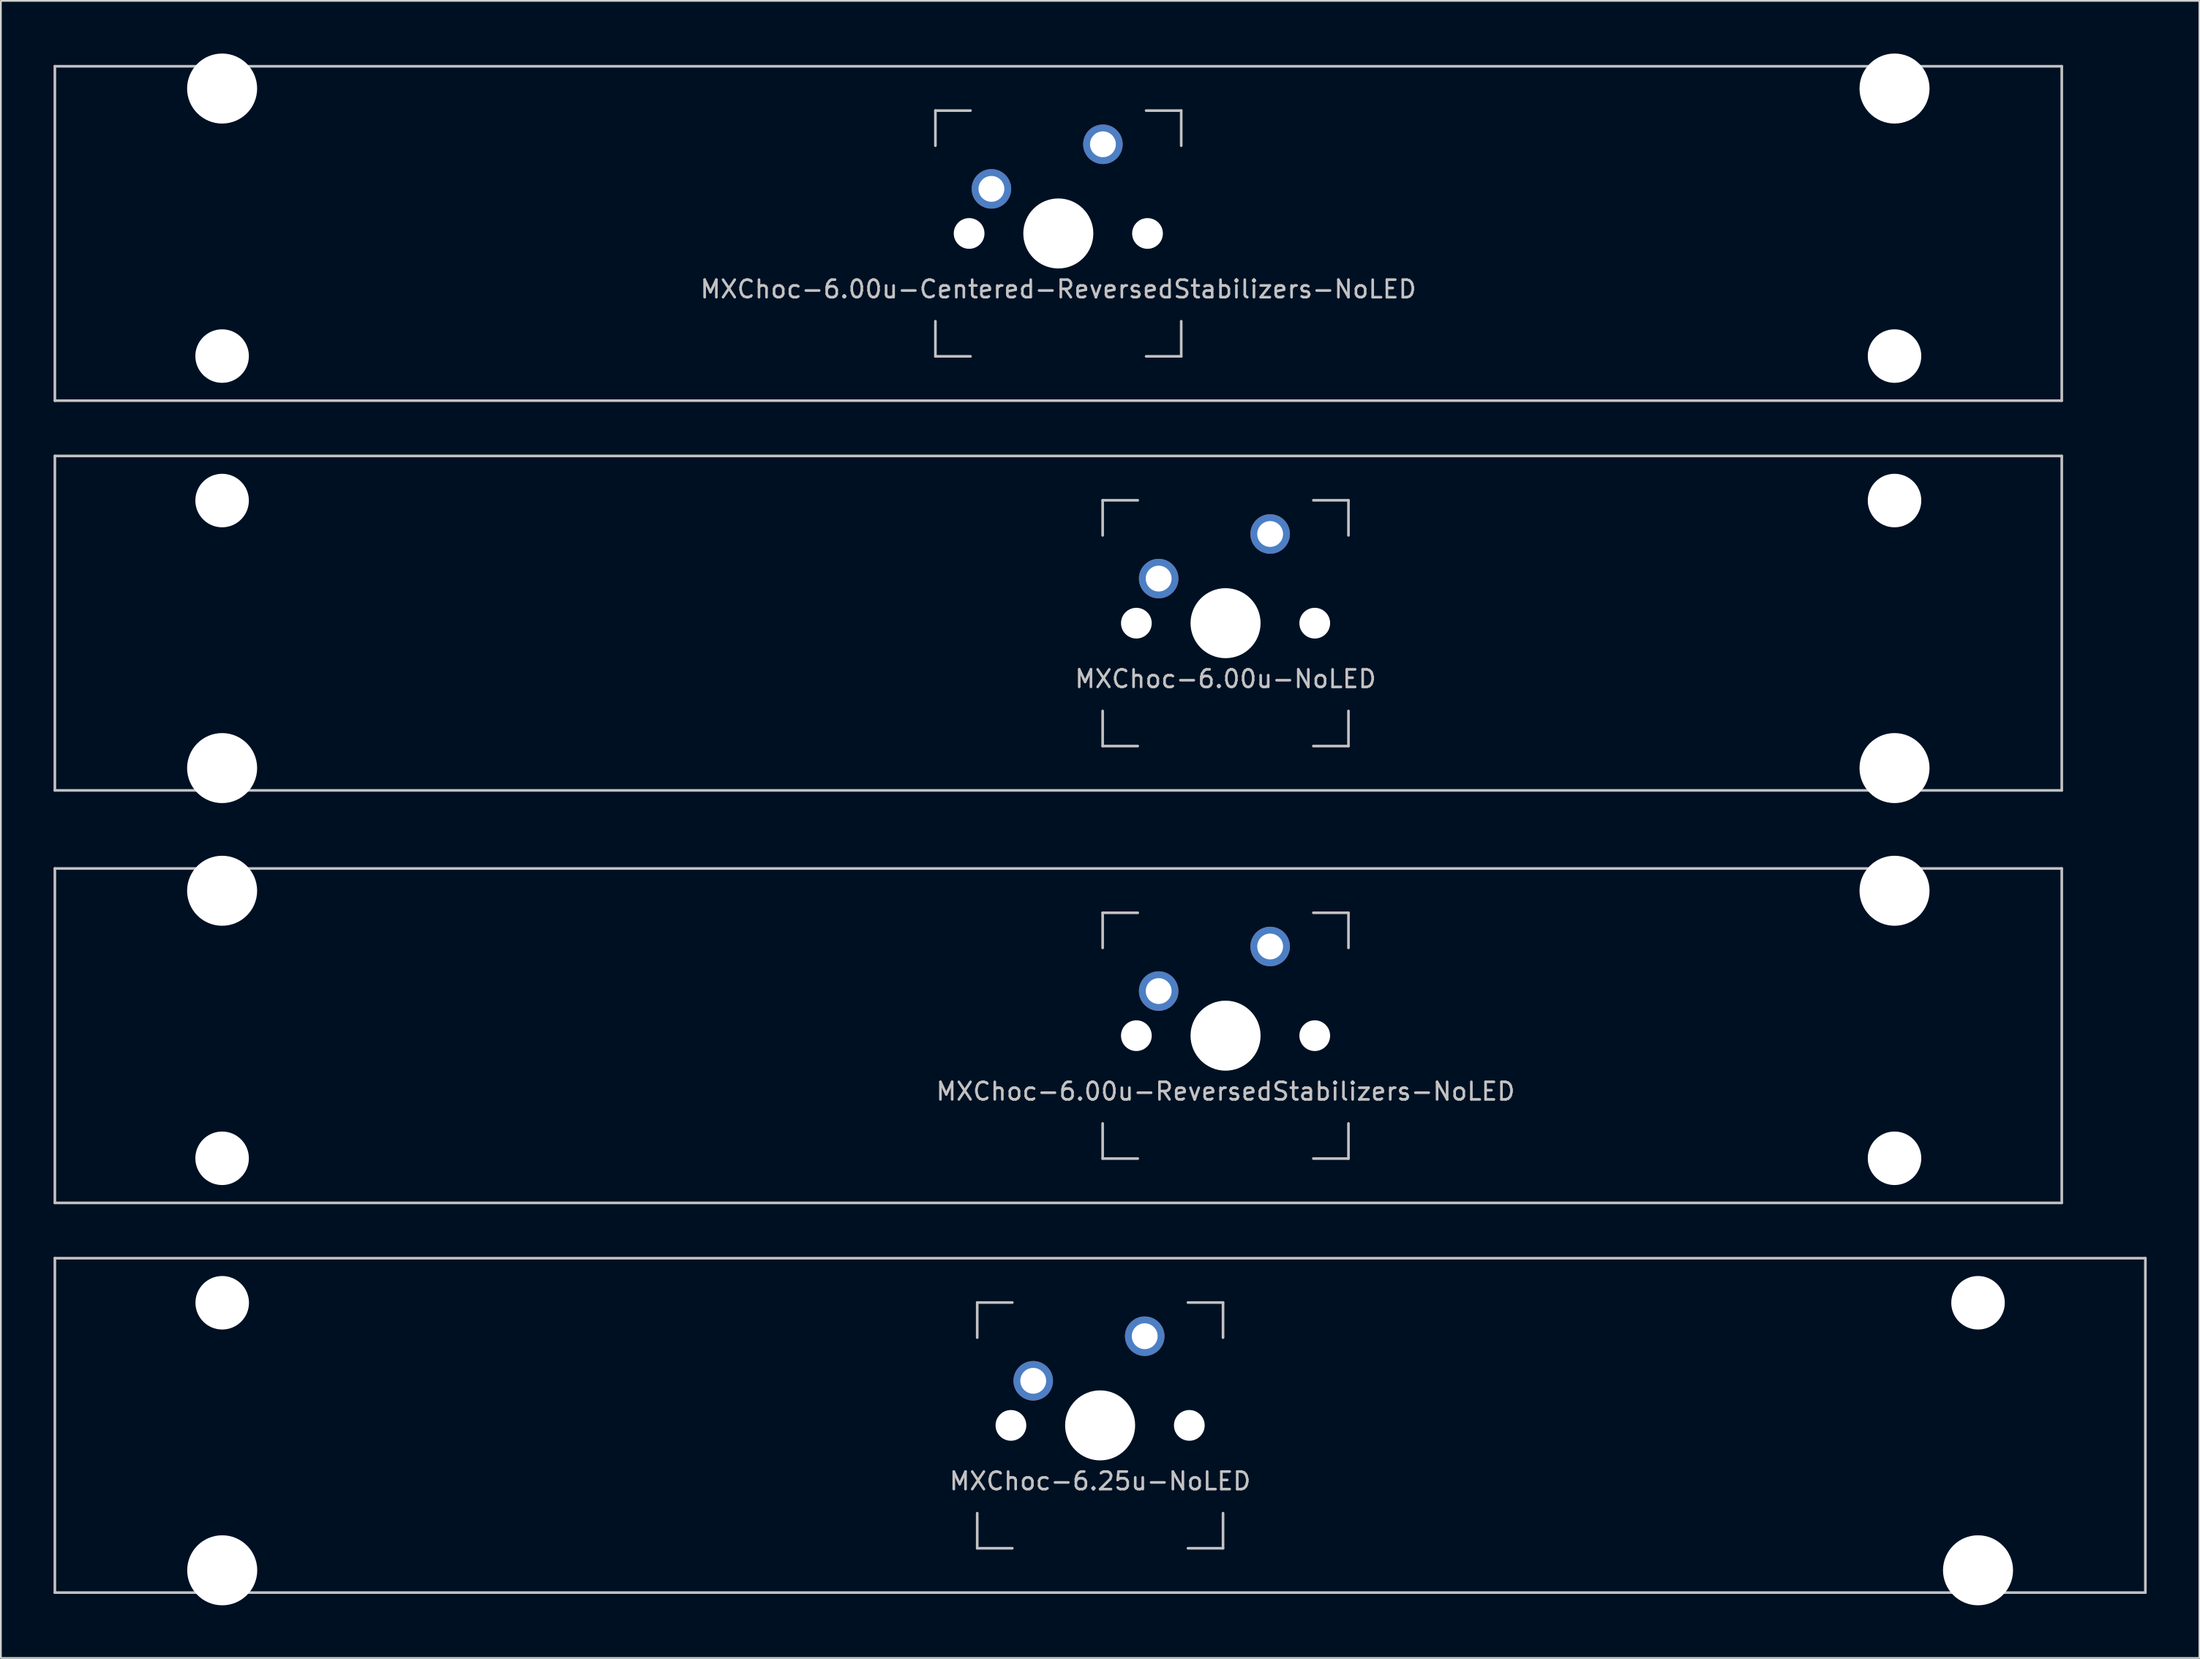
<source format=kicad_pcb>
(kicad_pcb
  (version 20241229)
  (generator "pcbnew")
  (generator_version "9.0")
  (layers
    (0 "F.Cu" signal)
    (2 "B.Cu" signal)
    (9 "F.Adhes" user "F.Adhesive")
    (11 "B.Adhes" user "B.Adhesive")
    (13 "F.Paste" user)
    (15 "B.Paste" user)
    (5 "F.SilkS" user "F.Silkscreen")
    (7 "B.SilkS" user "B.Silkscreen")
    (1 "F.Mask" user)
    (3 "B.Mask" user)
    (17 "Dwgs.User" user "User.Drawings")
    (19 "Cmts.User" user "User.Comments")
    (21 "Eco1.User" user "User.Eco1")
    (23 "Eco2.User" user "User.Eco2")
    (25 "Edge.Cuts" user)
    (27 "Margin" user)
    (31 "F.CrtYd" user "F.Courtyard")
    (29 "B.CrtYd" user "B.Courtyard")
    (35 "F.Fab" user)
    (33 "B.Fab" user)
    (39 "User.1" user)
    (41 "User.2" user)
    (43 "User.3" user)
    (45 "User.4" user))
  (footprint "MXChoc-6.00u-ReversedStabilizers-NoLED"
    (layer "F.Cu")
    (at 57.225 55.947)
    (property "Reference" "MXChoc-6.00u-ReversedStabilizers-NoLED" (at 9.525 3.175 0) (layer "Dwgs.User") (effects (font (size 1 1) (thickness 0.15))))
    (attr through_hole)
    (fp_line (start -57.15 -9.525) (end 57.15 -9.525) (stroke (width 0.15) (type solid)) (layer "Dwgs.User"))
    (fp_line (start -57.15 9.525) (end -57.15 -9.525) (stroke (width 0.15) (type solid)) (layer "Dwgs.User"))
    (fp_line (start -57.15 9.525) (end 57.15 9.525) (stroke (width 0.15) (type solid)) (layer "Dwgs.User"))
    (fp_line (start 2.525 -7) (end 2.525 -5) (stroke (width 0.15) (type solid)) (layer "Dwgs.User"))
    (fp_line (start 2.525 5) (end 2.525 7) (stroke (width 0.15) (type solid)) (layer "Dwgs.User"))
    (fp_line (start 2.525 7) (end 4.525 7) (stroke (width 0.15) (type solid)) (layer "Dwgs.User"))
    (fp_line (start 4.525 -7) (end 2.525 -7) (stroke (width 0.15) (type solid)) (layer "Dwgs.User"))
    (fp_line (start 14.525 -7) (end 16.525 -7) (stroke (width 0.15) (type solid)) (layer "Dwgs.User"))
    (fp_line (start 14.525 7) (end 16.525 7) (stroke (width 0.15) (type solid)) (layer "Dwgs.User"))
    (fp_line (start 16.525 -7) (end 16.525 -5) (stroke (width 0.15) (type solid)) (layer "Dwgs.User"))
    (fp_line (start 16.525 7) (end 16.525 5) (stroke (width 0.15) (type solid)) (layer "Dwgs.User"))
    (fp_line (start 57.15 -9.525) (end 57.15 9.525) (stroke (width 0.15) (type solid)) (layer "Dwgs.User"))
    (pad "" np_thru_hole circle (at -47.625 -8.255) (size 3.988 3.988) (drill 3.988) (layers "*.Cu" "*.Mask"))
    (pad "" np_thru_hole circle (at -47.625 6.985) (size 3.048 3.048) (drill 3.048) (layers "*.Cu" "*.Mask"))
    (pad "" np_thru_hole circle (at 4.445 0 48.1) (size 1.75 1.75) (drill 1.75) (layers "*.Cu" "*.Mask"))
    (pad "" np_thru_hole circle (at 9.525 0) (size 3.988 3.988) (drill 3.988) (layers "*.Cu" "*.Mask"))
    (pad "" np_thru_hole circle (at 14.605 0 48.1) (size 1.75 1.75) (drill 1.75) (layers "*.Cu" "*.Mask"))
    (pad "" np_thru_hole circle (at 47.625 -8.255) (size 3.988 3.988) (drill 3.988) (layers "*.Cu" "*.Mask"))
    (pad "" np_thru_hole circle (at 47.625 6.985) (size 3.048 3.048) (drill 3.048) (layers "*.Cu" "*.Mask"))
    (pad "1" thru_hole circle (at 5.715 -2.54) (size 2.25 2.25) (drill 1.47) (layers "*.Cu" "B.Mask"))
    (pad "2" thru_hole circle (at 12.065 -5.08) (size 2.25 2.25) (drill 1.47) (layers "*.Cu" "B.Mask")))
  (footprint "MXChoc-6.25u-NoLED"
    (layer "F.Cu")
    (at 59.606 78.147)
    (property "Reference" "MXChoc-6.25u-NoLED" (at 0 3.175 0) (layer "Dwgs.User") (effects (font (size 1 1) (thickness 0.15))))
    (attr through_hole)
    (fp_line (start -59.531 -9.525) (end 59.531 -9.525) (stroke (width 0.15) (type solid)) (layer "Dwgs.User"))
    (fp_line (start -59.531 9.525) (end -59.531 -9.525) (stroke (width 0.15) (type solid)) (layer "Dwgs.User"))
    (fp_line (start -59.531 9.525) (end 59.531 9.525) (stroke (width 0.15) (type solid)) (layer "Dwgs.User"))
    (fp_line (start -7 -7) (end -7 -5) (stroke (width 0.15) (type solid)) (layer "Dwgs.User"))
    (fp_line (start -7 5) (end -7 7) (stroke (width 0.15) (type solid)) (layer "Dwgs.User"))
    (fp_line (start -7 7) (end -5 7) (stroke (width 0.15) (type solid)) (layer "Dwgs.User"))
    (fp_line (start -5 -7) (end -7 -7) (stroke (width 0.15) (type solid)) (layer "Dwgs.User"))
    (fp_line (start 5 -7) (end 7 -7) (stroke (width 0.15) (type solid)) (layer "Dwgs.User"))
    (fp_line (start 5 7) (end 7 7) (stroke (width 0.15) (type solid)) (layer "Dwgs.User"))
    (fp_line (start 7 -7) (end 7 -5) (stroke (width 0.15) (type solid)) (layer "Dwgs.User"))
    (fp_line (start 7 7) (end 7 5) (stroke (width 0.15) (type solid)) (layer "Dwgs.User"))
    (fp_line (start 59.531 -9.525) (end 59.531 9.525) (stroke (width 0.15) (type solid)) (layer "Dwgs.User"))
    (pad "" np_thru_hole circle (at -50 -6.985) (size 3.048 3.048) (drill 3.048) (layers "*.Cu" "*.Mask"))
    (pad "" np_thru_hole circle (at -50 8.255) (size 3.988 3.988) (drill 3.988) (layers "*.Cu" "*.Mask"))
    (pad "" np_thru_hole circle (at -5.08 0 48.1) (size 1.75 1.75) (drill 1.75) (layers "*.Cu" "*.Mask"))
    (pad "" np_thru_hole circle (at 0 0) (size 3.988 3.988) (drill 3.988) (layers "*.Cu" "*.Mask"))
    (pad "" np_thru_hole circle (at 5.08 0 48.1) (size 1.75 1.75) (drill 1.75) (layers "*.Cu" "*.Mask"))
    (pad "" np_thru_hole circle (at 50 -6.985) (size 3.048 3.048) (drill 3.048) (layers "*.Cu" "*.Mask"))
    (pad "" np_thru_hole circle (at 50 8.255) (size 3.988 3.988) (drill 3.988) (layers "*.Cu" "*.Mask"))
    (pad "1" thru_hole circle (at -3.81 -2.54) (size 2.25 2.25) (drill 1.47) (layers "*.Cu" "B.Mask"))
    (pad "2" thru_hole circle (at 2.54 -5.08) (size 2.25 2.25) (drill 1.47) (layers "*.Cu" "B.Mask")))
  (footprint "MXChoc-6.00u-NoLED"
    (layer "F.Cu")
    (at 57.225 32.449)
    (property "Reference" "MXChoc-6.00u-NoLED" (at 9.525 3.175 0) (layer "Dwgs.User") (effects (font (size 1 1) (thickness 0.15))))
    (attr through_hole)
    (fp_line (start -57.15 -9.525) (end 57.15 -9.525) (stroke (width 0.15) (type solid)) (layer "Dwgs.User"))
    (fp_line (start -57.15 9.525) (end -57.15 -9.525) (stroke (width 0.15) (type solid)) (layer "Dwgs.User"))
    (fp_line (start -57.15 9.525) (end 57.15 9.525) (stroke (width 0.15) (type solid)) (layer "Dwgs.User"))
    (fp_line (start 2.525 -7) (end 2.525 -5) (stroke (width 0.15) (type solid)) (layer "Dwgs.User"))
    (fp_line (start 2.525 5) (end 2.525 7) (stroke (width 0.15) (type solid)) (layer "Dwgs.User"))
    (fp_line (start 2.525 7) (end 4.525 7) (stroke (width 0.15) (type solid)) (layer "Dwgs.User"))
    (fp_line (start 4.525 -7) (end 2.525 -7) (stroke (width 0.15) (type solid)) (layer "Dwgs.User"))
    (fp_line (start 14.525 -7) (end 16.525 -7) (stroke (width 0.15) (type solid)) (layer "Dwgs.User"))
    (fp_line (start 14.525 7) (end 16.525 7) (stroke (width 0.15) (type solid)) (layer "Dwgs.User"))
    (fp_line (start 16.525 -7) (end 16.525 -5) (stroke (width 0.15) (type solid)) (layer "Dwgs.User"))
    (fp_line (start 16.525 7) (end 16.525 5) (stroke (width 0.15) (type solid)) (layer "Dwgs.User"))
    (fp_line (start 57.15 -9.525) (end 57.15 9.525) (stroke (width 0.15) (type solid)) (layer "Dwgs.User"))
    (pad "" np_thru_hole circle (at -47.625 -6.985) (size 3.048 3.048) (drill 3.048) (layers "*.Cu" "*.Mask"))
    (pad "" np_thru_hole circle (at -47.625 8.255) (size 3.988 3.988) (drill 3.988) (layers "*.Cu" "*.Mask"))
    (pad "" np_thru_hole circle (at 4.445 0 48.1) (size 1.75 1.75) (drill 1.75) (layers "*.Cu" "*.Mask"))
    (pad "" np_thru_hole circle (at 9.525 0) (size 3.988 3.988) (drill 3.988) (layers "*.Cu" "*.Mask"))
    (pad "" np_thru_hole circle (at 14.605 0 48.1) (size 1.75 1.75) (drill 1.75) (layers "*.Cu" "*.Mask"))
    (pad "" np_thru_hole circle (at 47.625 -6.985) (size 3.048 3.048) (drill 3.048) (layers "*.Cu" "*.Mask"))
    (pad "" np_thru_hole circle (at 47.625 8.255) (size 3.988 3.988) (drill 3.988) (layers "*.Cu" "*.Mask"))
    (pad "1" thru_hole circle (at 5.715 -2.54) (size 2.25 2.25) (drill 1.47) (layers "*.Cu" "B.Mask"))
    (pad "2" thru_hole circle (at 12.065 -5.08) (size 2.25 2.25) (drill 1.47) (layers "*.Cu" "B.Mask")))
  (footprint "MXChoc-6.00u-Centered-ReversedStabilizers-NoLED"
    (layer "F.Cu")
    (at 57.225 10.249)
    (property "Reference" "MXChoc-6.00u-Centered-ReversedStabilizers-NoLED" (at 0 3.175 0) (layer "Dwgs.User") (effects (font (size 1 1) (thickness 0.15))))
    (attr through_hole)
    (fp_line (start -57.15 -9.525) (end 57.15 -9.525) (stroke (width 0.15) (type solid)) (layer "Dwgs.User"))
    (fp_line (start -57.15 9.525) (end -57.15 -9.525) (stroke (width 0.15) (type solid)) (layer "Dwgs.User"))
    (fp_line (start -57.15 9.525) (end 57.15 9.525) (stroke (width 0.15) (type solid)) (layer "Dwgs.User"))
    (fp_line (start -7 -7) (end -7 -5) (stroke (width 0.15) (type solid)) (layer "Dwgs.User"))
    (fp_line (start -7 5) (end -7 7) (stroke (width 0.15) (type solid)) (layer "Dwgs.User"))
    (fp_line (start -7 7) (end -5 7) (stroke (width 0.15) (type solid)) (layer "Dwgs.User"))
    (fp_line (start -5 -7) (end -7 -7) (stroke (width 0.15) (type solid)) (layer "Dwgs.User"))
    (fp_line (start 5 -7) (end 7 -7) (stroke (width 0.15) (type solid)) (layer "Dwgs.User"))
    (fp_line (start 5 7) (end 7 7) (stroke (width 0.15) (type solid)) (layer "Dwgs.User"))
    (fp_line (start 7 -7) (end 7 -5) (stroke (width 0.15) (type solid)) (layer "Dwgs.User"))
    (fp_line (start 7 7) (end 7 5) (stroke (width 0.15) (type solid)) (layer "Dwgs.User"))
    (fp_line (start 57.15 -9.525) (end 57.15 9.525) (stroke (width 0.15) (type solid)) (layer "Dwgs.User"))
    (pad "" np_thru_hole circle (at -47.625 -8.255) (size 3.988 3.988) (drill 3.988) (layers "*.Cu" "*.Mask"))
    (pad "" np_thru_hole circle (at -47.625 6.985) (size 3.048 3.048) (drill 3.048) (layers "*.Cu" "*.Mask"))
    (pad "" np_thru_hole circle (at -5.08 0 48.1) (size 1.75 1.75) (drill 1.75) (layers "*.Cu" "*.Mask"))
    (pad "" np_thru_hole circle (at 0 0) (size 3.988 3.988) (drill 3.988) (layers "*.Cu" "*.Mask"))
    (pad "" np_thru_hole circle (at 5.08 0 48.1) (size 1.75 1.75) (drill 1.75) (layers "*.Cu" "*.Mask"))
    (pad "" np_thru_hole circle (at 47.625 -8.255) (size 3.988 3.988) (drill 3.988) (layers "*.Cu" "*.Mask"))
    (pad "" np_thru_hole circle (at 47.625 6.985) (size 3.048 3.048) (drill 3.048) (layers "*.Cu" "*.Mask"))
    (pad "1" thru_hole circle (at -3.81 -2.54) (size 2.25 2.25) (drill 1.47) (layers "*.Cu" "B.Mask"))
    (pad "2" thru_hole circle (at 2.54 -5.08) (size 2.25 2.25) (drill 1.47) (layers "*.Cu" "B.Mask")))
  (gr_rect
    (start -3 -3)
    (end 122.213 91.396)
    (stroke (width 0.1) (type default))
    (fill no)
    (layer "Edge.Cuts")))
</source>
